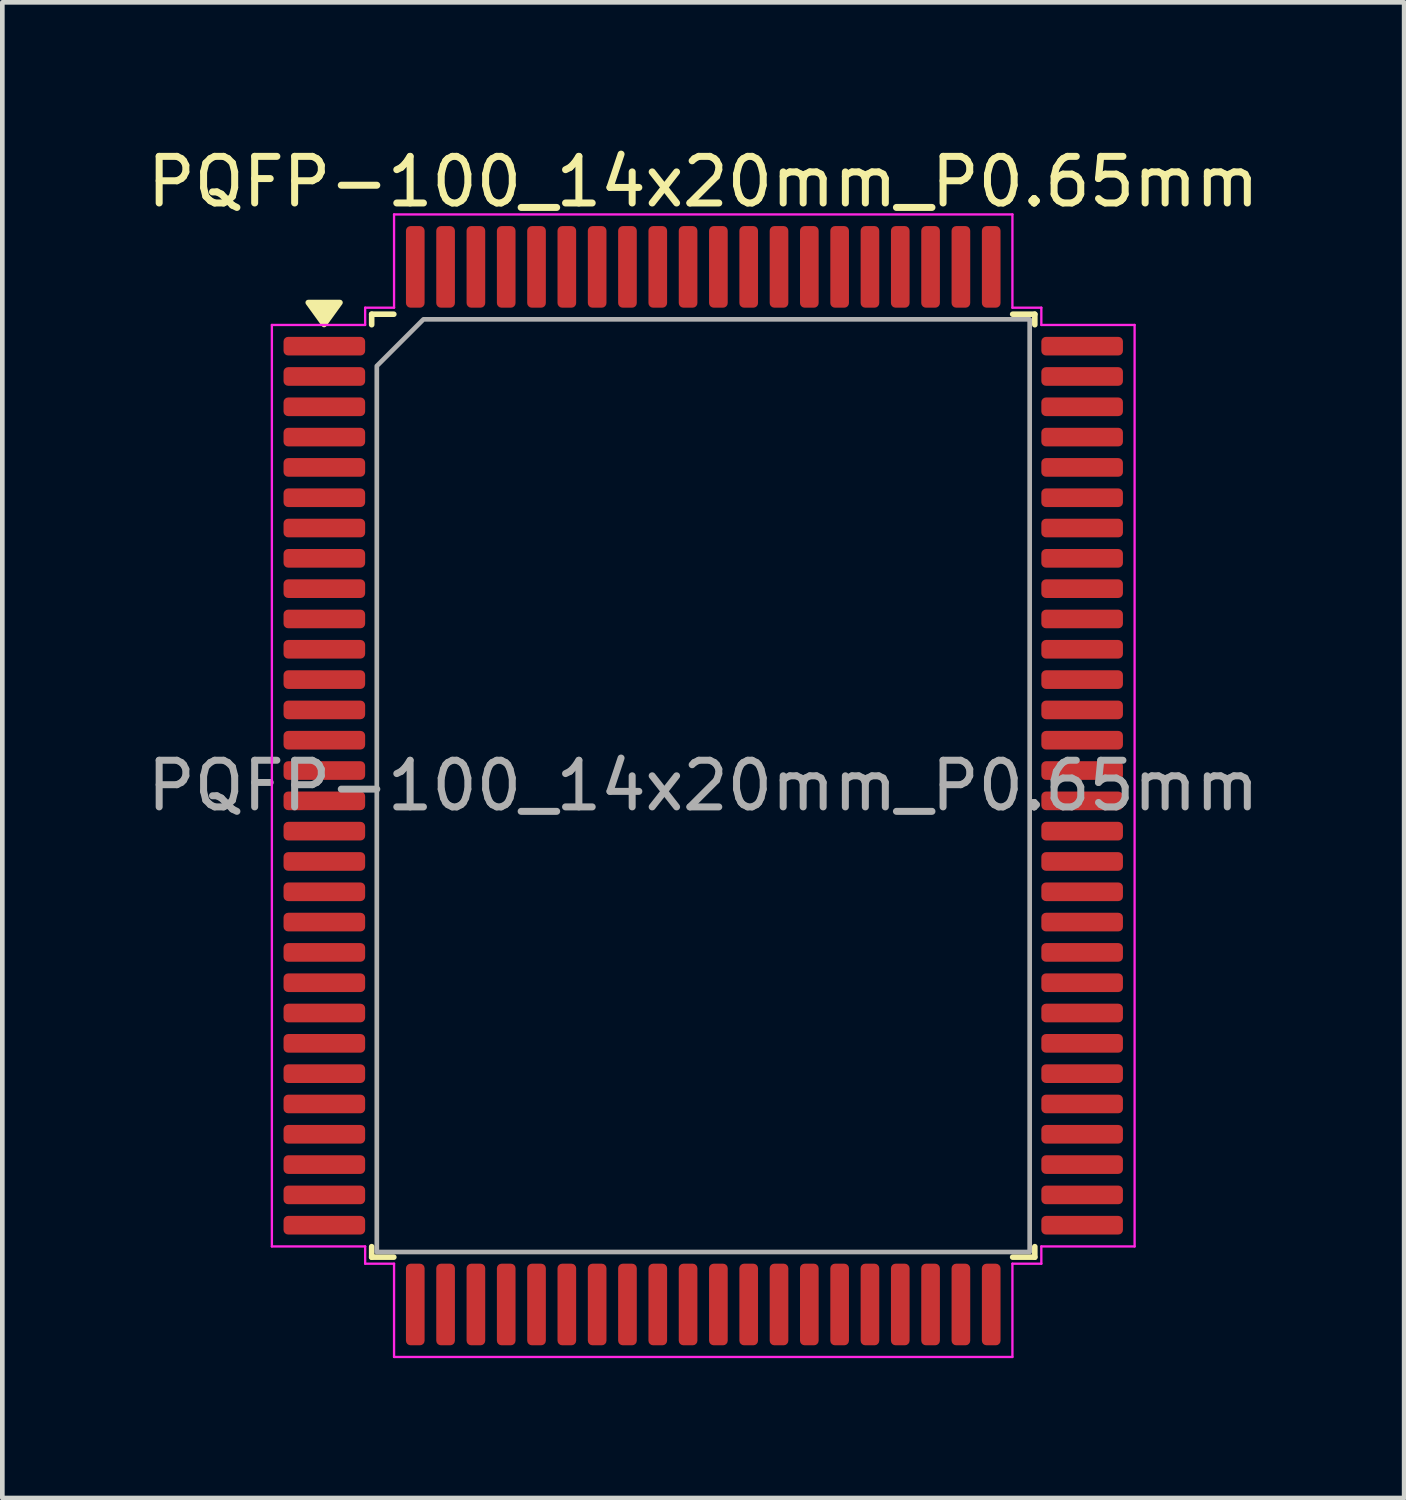
<source format=kicad_pcb>
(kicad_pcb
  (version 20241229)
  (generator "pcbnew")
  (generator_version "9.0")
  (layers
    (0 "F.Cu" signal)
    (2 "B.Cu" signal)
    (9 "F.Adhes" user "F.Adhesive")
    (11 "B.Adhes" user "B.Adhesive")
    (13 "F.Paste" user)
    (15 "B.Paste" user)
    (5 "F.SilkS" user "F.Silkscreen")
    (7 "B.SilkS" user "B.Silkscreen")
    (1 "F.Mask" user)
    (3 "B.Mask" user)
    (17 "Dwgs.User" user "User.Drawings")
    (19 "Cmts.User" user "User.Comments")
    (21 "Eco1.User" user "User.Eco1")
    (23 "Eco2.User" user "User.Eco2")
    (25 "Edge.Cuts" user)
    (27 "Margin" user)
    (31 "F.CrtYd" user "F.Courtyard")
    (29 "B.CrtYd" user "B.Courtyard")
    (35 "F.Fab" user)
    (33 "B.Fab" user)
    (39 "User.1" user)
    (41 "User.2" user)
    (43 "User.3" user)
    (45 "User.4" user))
  (footprint "PQFP-100_14x20mm_P0.65mm"
    (layer "F.Cu")
    (at 12.03 13.798)
    (property "Reference" "PQFP-100_14x20mm_P0.65mm" (at 0 -12.95 0) (layer "F.SilkS") (effects (font (size 1 1) (thickness 0.15))))
    (attr smd)
    (fp_line (start -7.11 -10.11) (end -6.635 -10.11) (stroke (width 0.12) (type solid)) (layer "F.SilkS"))
    (fp_line (start -7.11 -9.885) (end -7.11 -10.11) (stroke (width 0.12) (type solid)) (layer "F.SilkS"))
    (fp_line (start -7.11 10.11) (end -7.11 9.885) (stroke (width 0.12) (type solid)) (layer "F.SilkS"))
    (fp_line (start -6.635 10.11) (end -7.11 10.11) (stroke (width 0.12) (type solid)) (layer "F.SilkS"))
    (fp_line (start 6.635 -10.11) (end 7.11 -10.11) (stroke (width 0.12) (type solid)) (layer "F.SilkS"))
    (fp_line (start 7.11 -10.11) (end 7.11 -9.885) (stroke (width 0.12) (type solid)) (layer "F.SilkS"))
    (fp_line (start 7.11 9.885) (end 7.11 10.11) (stroke (width 0.12) (type solid)) (layer "F.SilkS"))
    (fp_line (start 7.11 10.11) (end 6.635 10.11) (stroke (width 0.12) (type solid)) (layer "F.SilkS"))
    (fp_poly (pts (xy -8.13 -9.89) (xy -8.47 -10.36) (xy -7.79 -10.36)) (stroke (width 0.12) (type solid)) (fill yes) (layer "F.SilkS"))
    (fp_line (start -9.25 -9.88) (end -7.25 -9.88) (stroke (width 0.05) (type solid)) (layer "F.CrtYd"))
    (fp_line (start -9.25 9.88) (end -9.25 -9.88) (stroke (width 0.05) (type solid)) (layer "F.CrtYd"))
    (fp_line (start -7.25 -10.25) (end -6.63 -10.25) (stroke (width 0.05) (type solid)) (layer "F.CrtYd"))
    (fp_line (start -7.25 -9.88) (end -7.25 -10.25) (stroke (width 0.05) (type solid)) (layer "F.CrtYd"))
    (fp_line (start -7.25 9.88) (end -9.25 9.88) (stroke (width 0.05) (type solid)) (layer "F.CrtYd"))
    (fp_line (start -7.25 10.25) (end -7.25 9.88) (stroke (width 0.05) (type solid)) (layer "F.CrtYd"))
    (fp_line (start -6.63 -12.25) (end 6.63 -12.25) (stroke (width 0.05) (type solid)) (layer "F.CrtYd"))
    (fp_line (start -6.63 -10.25) (end -6.63 -12.25) (stroke (width 0.05) (type solid)) (layer "F.CrtYd"))
    (fp_line (start -6.63 10.25) (end -7.25 10.25) (stroke (width 0.05) (type solid)) (layer "F.CrtYd"))
    (fp_line (start -6.63 12.25) (end -6.63 10.25) (stroke (width 0.05) (type solid)) (layer "F.CrtYd"))
    (fp_line (start 6.63 -12.25) (end 6.63 -10.25) (stroke (width 0.05) (type solid)) (layer "F.CrtYd"))
    (fp_line (start 6.63 -10.25) (end 7.25 -10.25) (stroke (width 0.05) (type solid)) (layer "F.CrtYd"))
    (fp_line (start 6.63 10.25) (end 6.63 12.25) (stroke (width 0.05) (type solid)) (layer "F.CrtYd"))
    (fp_line (start 6.63 12.25) (end -6.63 12.25) (stroke (width 0.05) (type solid)) (layer "F.CrtYd"))
    (fp_line (start 7.25 -10.25) (end 7.25 -9.88) (stroke (width 0.05) (type solid)) (layer "F.CrtYd"))
    (fp_line (start 7.25 -9.88) (end 9.25 -9.88) (stroke (width 0.05) (type solid)) (layer "F.CrtYd"))
    (fp_line (start 7.25 9.88) (end 7.25 10.25) (stroke (width 0.05) (type solid)) (layer "F.CrtYd"))
    (fp_line (start 7.25 10.25) (end 6.63 10.25) (stroke (width 0.05) (type solid)) (layer "F.CrtYd"))
    (fp_line (start 9.25 -9.88) (end 9.25 9.88) (stroke (width 0.05) (type solid)) (layer "F.CrtYd"))
    (fp_line (start 9.25 9.88) (end 7.25 9.88) (stroke (width 0.05) (type solid)) (layer "F.CrtYd"))
    (fp_poly (pts (xy -7 -9) (xy -7 10) (xy 7 10) (xy 7 -10) (xy -6 -10)) (stroke (width 0.1) (type solid)) (fill no) (layer "F.Fab"))
    (fp_text user "${REFERENCE}" (at 0 0 0) (layer "F.Fab") (effects (font (size 1 1) (thickness 0.15))))
    (pad "1" smd roundrect (at -8.125 -9.425) (size 1.75 0.4) (layers "F.Cu" "F.Mask" "F.Paste") (roundrect_rratio 0.25))
    (pad "2" smd roundrect (at -8.125 -8.775) (size 1.75 0.4) (layers "F.Cu" "F.Mask" "F.Paste") (roundrect_rratio 0.25))
    (pad "3" smd roundrect (at -8.125 -8.125) (size 1.75 0.4) (layers "F.Cu" "F.Mask" "F.Paste") (roundrect_rratio 0.25))
    (pad "4" smd roundrect (at -8.125 -7.475) (size 1.75 0.4) (layers "F.Cu" "F.Mask" "F.Paste") (roundrect_rratio 0.25))
    (pad "5" smd roundrect (at -8.125 -6.825) (size 1.75 0.4) (layers "F.Cu" "F.Mask" "F.Paste") (roundrect_rratio 0.25))
    (pad "6" smd roundrect (at -8.125 -6.175) (size 1.75 0.4) (layers "F.Cu" "F.Mask" "F.Paste") (roundrect_rratio 0.25))
    (pad "7" smd roundrect (at -8.125 -5.525) (size 1.75 0.4) (layers "F.Cu" "F.Mask" "F.Paste") (roundrect_rratio 0.25))
    (pad "8" smd roundrect (at -8.125 -4.875) (size 1.75 0.4) (layers "F.Cu" "F.Mask" "F.Paste") (roundrect_rratio 0.25))
    (pad "9" smd roundrect (at -8.125 -4.225) (size 1.75 0.4) (layers "F.Cu" "F.Mask" "F.Paste") (roundrect_rratio 0.25))
    (pad "10" smd roundrect (at -8.125 -3.575) (size 1.75 0.4) (layers "F.Cu" "F.Mask" "F.Paste") (roundrect_rratio 0.25))
    (pad "11" smd roundrect (at -8.125 -2.925) (size 1.75 0.4) (layers "F.Cu" "F.Mask" "F.Paste") (roundrect_rratio 0.25))
    (pad "12" smd roundrect (at -8.125 -2.275) (size 1.75 0.4) (layers "F.Cu" "F.Mask" "F.Paste") (roundrect_rratio 0.25))
    (pad "13" smd roundrect (at -8.125 -1.625) (size 1.75 0.4) (layers "F.Cu" "F.Mask" "F.Paste") (roundrect_rratio 0.25))
    (pad "14" smd roundrect (at -8.125 -0.975) (size 1.75 0.4) (layers "F.Cu" "F.Mask" "F.Paste") (roundrect_rratio 0.25))
    (pad "15" smd roundrect (at -8.125 -0.325) (size 1.75 0.4) (layers "F.Cu" "F.Mask" "F.Paste") (roundrect_rratio 0.25))
    (pad "16" smd roundrect (at -8.125 0.325) (size 1.75 0.4) (layers "F.Cu" "F.Mask" "F.Paste") (roundrect_rratio 0.25))
    (pad "17" smd roundrect (at -8.125 0.975) (size 1.75 0.4) (layers "F.Cu" "F.Mask" "F.Paste") (roundrect_rratio 0.25))
    (pad "18" smd roundrect (at -8.125 1.625) (size 1.75 0.4) (layers "F.Cu" "F.Mask" "F.Paste") (roundrect_rratio 0.25))
    (pad "19" smd roundrect (at -8.125 2.275) (size 1.75 0.4) (layers "F.Cu" "F.Mask" "F.Paste") (roundrect_rratio 0.25))
    (pad "20" smd roundrect (at -8.125 2.925) (size 1.75 0.4) (layers "F.Cu" "F.Mask" "F.Paste") (roundrect_rratio 0.25))
    (pad "21" smd roundrect (at -8.125 3.575) (size 1.75 0.4) (layers "F.Cu" "F.Mask" "F.Paste") (roundrect_rratio 0.25))
    (pad "22" smd roundrect (at -8.125 4.225) (size 1.75 0.4) (layers "F.Cu" "F.Mask" "F.Paste") (roundrect_rratio 0.25))
    (pad "23" smd roundrect (at -8.125 4.875) (size 1.75 0.4) (layers "F.Cu" "F.Mask" "F.Paste") (roundrect_rratio 0.25))
    (pad "24" smd roundrect (at -8.125 5.525) (size 1.75 0.4) (layers "F.Cu" "F.Mask" "F.Paste") (roundrect_rratio 0.25))
    (pad "25" smd roundrect (at -8.125 6.175) (size 1.75 0.4) (layers "F.Cu" "F.Mask" "F.Paste") (roundrect_rratio 0.25))
    (pad "26" smd roundrect (at -8.125 6.825) (size 1.75 0.4) (layers "F.Cu" "F.Mask" "F.Paste") (roundrect_rratio 0.25))
    (pad "27" smd roundrect (at -8.125 7.475) (size 1.75 0.4) (layers "F.Cu" "F.Mask" "F.Paste") (roundrect_rratio 0.25))
    (pad "28" smd roundrect (at -8.125 8.125) (size 1.75 0.4) (layers "F.Cu" "F.Mask" "F.Paste") (roundrect_rratio 0.25))
    (pad "29" smd roundrect (at -8.125 8.775) (size 1.75 0.4) (layers "F.Cu" "F.Mask" "F.Paste") (roundrect_rratio 0.25))
    (pad "30" smd roundrect (at -8.125 9.425) (size 1.75 0.4) (layers "F.Cu" "F.Mask" "F.Paste") (roundrect_rratio 0.25))
    (pad "31" smd roundrect (at -6.175 11.125) (size 0.4 1.75) (layers "F.Cu" "F.Mask" "F.Paste") (roundrect_rratio 0.25))
    (pad "32" smd roundrect (at -5.525 11.125) (size 0.4 1.75) (layers "F.Cu" "F.Mask" "F.Paste") (roundrect_rratio 0.25))
    (pad "33" smd roundrect (at -4.875 11.125) (size 0.4 1.75) (layers "F.Cu" "F.Mask" "F.Paste") (roundrect_rratio 0.25))
    (pad "34" smd roundrect (at -4.225 11.125) (size 0.4 1.75) (layers "F.Cu" "F.Mask" "F.Paste") (roundrect_rratio 0.25))
    (pad "35" smd roundrect (at -3.575 11.125) (size 0.4 1.75) (layers "F.Cu" "F.Mask" "F.Paste") (roundrect_rratio 0.25))
    (pad "36" smd roundrect (at -2.925 11.125) (size 0.4 1.75) (layers "F.Cu" "F.Mask" "F.Paste") (roundrect_rratio 0.25))
    (pad "37" smd roundrect (at -2.275 11.125) (size 0.4 1.75) (layers "F.Cu" "F.Mask" "F.Paste") (roundrect_rratio 0.25))
    (pad "38" smd roundrect (at -1.625 11.125) (size 0.4 1.75) (layers "F.Cu" "F.Mask" "F.Paste") (roundrect_rratio 0.25))
    (pad "39" smd roundrect (at -0.975 11.125) (size 0.4 1.75) (layers "F.Cu" "F.Mask" "F.Paste") (roundrect_rratio 0.25))
    (pad "40" smd roundrect (at -0.325 11.125) (size 0.4 1.75) (layers "F.Cu" "F.Mask" "F.Paste") (roundrect_rratio 0.25))
    (pad "41" smd roundrect (at 0.325 11.125) (size 0.4 1.75) (layers "F.Cu" "F.Mask" "F.Paste") (roundrect_rratio 0.25))
    (pad "42" smd roundrect (at 0.975 11.125) (size 0.4 1.75) (layers "F.Cu" "F.Mask" "F.Paste") (roundrect_rratio 0.25))
    (pad "43" smd roundrect (at 1.625 11.125) (size 0.4 1.75) (layers "F.Cu" "F.Mask" "F.Paste") (roundrect_rratio 0.25))
    (pad "44" smd roundrect (at 2.275 11.125) (size 0.4 1.75) (layers "F.Cu" "F.Mask" "F.Paste") (roundrect_rratio 0.25))
    (pad "45" smd roundrect (at 2.925 11.125) (size 0.4 1.75) (layers "F.Cu" "F.Mask" "F.Paste") (roundrect_rratio 0.25))
    (pad "46" smd roundrect (at 3.575 11.125) (size 0.4 1.75) (layers "F.Cu" "F.Mask" "F.Paste") (roundrect_rratio 0.25))
    (pad "47" smd roundrect (at 4.225 11.125) (size 0.4 1.75) (layers "F.Cu" "F.Mask" "F.Paste") (roundrect_rratio 0.25))
    (pad "48" smd roundrect (at 4.875 11.125) (size 0.4 1.75) (layers "F.Cu" "F.Mask" "F.Paste") (roundrect_rratio 0.25))
    (pad "49" smd roundrect (at 5.525 11.125) (size 0.4 1.75) (layers "F.Cu" "F.Mask" "F.Paste") (roundrect_rratio 0.25))
    (pad "50" smd roundrect (at 6.175 11.125) (size 0.4 1.75) (layers "F.Cu" "F.Mask" "F.Paste") (roundrect_rratio 0.25))
    (pad "51" smd roundrect (at 8.125 9.425) (size 1.75 0.4) (layers "F.Cu" "F.Mask" "F.Paste") (roundrect_rratio 0.25))
    (pad "52" smd roundrect (at 8.125 8.775) (size 1.75 0.4) (layers "F.Cu" "F.Mask" "F.Paste") (roundrect_rratio 0.25))
    (pad "53" smd roundrect (at 8.125 8.125) (size 1.75 0.4) (layers "F.Cu" "F.Mask" "F.Paste") (roundrect_rratio 0.25))
    (pad "54" smd roundrect (at 8.125 7.475) (size 1.75 0.4) (layers "F.Cu" "F.Mask" "F.Paste") (roundrect_rratio 0.25))
    (pad "55" smd roundrect (at 8.125 6.825) (size 1.75 0.4) (layers "F.Cu" "F.Mask" "F.Paste") (roundrect_rratio 0.25))
    (pad "56" smd roundrect (at 8.125 6.175) (size 1.75 0.4) (layers "F.Cu" "F.Mask" "F.Paste") (roundrect_rratio 0.25))
    (pad "57" smd roundrect (at 8.125 5.525) (size 1.75 0.4) (layers "F.Cu" "F.Mask" "F.Paste") (roundrect_rratio 0.25))
    (pad "58" smd roundrect (at 8.125 4.875) (size 1.75 0.4) (layers "F.Cu" "F.Mask" "F.Paste") (roundrect_rratio 0.25))
    (pad "59" smd roundrect (at 8.125 4.225) (size 1.75 0.4) (layers "F.Cu" "F.Mask" "F.Paste") (roundrect_rratio 0.25))
    (pad "60" smd roundrect (at 8.125 3.575) (size 1.75 0.4) (layers "F.Cu" "F.Mask" "F.Paste") (roundrect_rratio 0.25))
    (pad "61" smd roundrect (at 8.125 2.925) (size 1.75 0.4) (layers "F.Cu" "F.Mask" "F.Paste") (roundrect_rratio 0.25))
    (pad "62" smd roundrect (at 8.125 2.275) (size 1.75 0.4) (layers "F.Cu" "F.Mask" "F.Paste") (roundrect_rratio 0.25))
    (pad "63" smd roundrect (at 8.125 1.625) (size 1.75 0.4) (layers "F.Cu" "F.Mask" "F.Paste") (roundrect_rratio 0.25))
    (pad "64" smd roundrect (at 8.125 0.975) (size 1.75 0.4) (layers "F.Cu" "F.Mask" "F.Paste") (roundrect_rratio 0.25))
    (pad "65" smd roundrect (at 8.125 0.325) (size 1.75 0.4) (layers "F.Cu" "F.Mask" "F.Paste") (roundrect_rratio 0.25))
    (pad "66" smd roundrect (at 8.125 -0.325) (size 1.75 0.4) (layers "F.Cu" "F.Mask" "F.Paste") (roundrect_rratio 0.25))
    (pad "67" smd roundrect (at 8.125 -0.975) (size 1.75 0.4) (layers "F.Cu" "F.Mask" "F.Paste") (roundrect_rratio 0.25))
    (pad "68" smd roundrect (at 8.125 -1.625) (size 1.75 0.4) (layers "F.Cu" "F.Mask" "F.Paste") (roundrect_rratio 0.25))
    (pad "69" smd roundrect (at 8.125 -2.275) (size 1.75 0.4) (layers "F.Cu" "F.Mask" "F.Paste") (roundrect_rratio 0.25))
    (pad "70" smd roundrect (at 8.125 -2.925) (size 1.75 0.4) (layers "F.Cu" "F.Mask" "F.Paste") (roundrect_rratio 0.25))
    (pad "71" smd roundrect (at 8.125 -3.575) (size 1.75 0.4) (layers "F.Cu" "F.Mask" "F.Paste") (roundrect_rratio 0.25))
    (pad "72" smd roundrect (at 8.125 -4.225) (size 1.75 0.4) (layers "F.Cu" "F.Mask" "F.Paste") (roundrect_rratio 0.25))
    (pad "73" smd roundrect (at 8.125 -4.875) (size 1.75 0.4) (layers "F.Cu" "F.Mask" "F.Paste") (roundrect_rratio 0.25))
    (pad "74" smd roundrect (at 8.125 -5.525) (size 1.75 0.4) (layers "F.Cu" "F.Mask" "F.Paste") (roundrect_rratio 0.25))
    (pad "75" smd roundrect (at 8.125 -6.175) (size 1.75 0.4) (layers "F.Cu" "F.Mask" "F.Paste") (roundrect_rratio 0.25))
    (pad "76" smd roundrect (at 8.125 -6.825) (size 1.75 0.4) (layers "F.Cu" "F.Mask" "F.Paste") (roundrect_rratio 0.25))
    (pad "77" smd roundrect (at 8.125 -7.475) (size 1.75 0.4) (layers "F.Cu" "F.Mask" "F.Paste") (roundrect_rratio 0.25))
    (pad "78" smd roundrect (at 8.125 -8.125) (size 1.75 0.4) (layers "F.Cu" "F.Mask" "F.Paste") (roundrect_rratio 0.25))
    (pad "79" smd roundrect (at 8.125 -8.775) (size 1.75 0.4) (layers "F.Cu" "F.Mask" "F.Paste") (roundrect_rratio 0.25))
    (pad "80" smd roundrect (at 8.125 -9.425) (size 1.75 0.4) (layers "F.Cu" "F.Mask" "F.Paste") (roundrect_rratio 0.25))
    (pad "81" smd roundrect (at 6.175 -11.125) (size 0.4 1.75) (layers "F.Cu" "F.Mask" "F.Paste") (roundrect_rratio 0.25))
    (pad "82" smd roundrect (at 5.525 -11.125) (size 0.4 1.75) (layers "F.Cu" "F.Mask" "F.Paste") (roundrect_rratio 0.25))
    (pad "83" smd roundrect (at 4.875 -11.125) (size 0.4 1.75) (layers "F.Cu" "F.Mask" "F.Paste") (roundrect_rratio 0.25))
    (pad "84" smd roundrect (at 4.225 -11.125) (size 0.4 1.75) (layers "F.Cu" "F.Mask" "F.Paste") (roundrect_rratio 0.25))
    (pad "85" smd roundrect (at 3.575 -11.125) (size 0.4 1.75) (layers "F.Cu" "F.Mask" "F.Paste") (roundrect_rratio 0.25))
    (pad "86" smd roundrect (at 2.925 -11.125) (size 0.4 1.75) (layers "F.Cu" "F.Mask" "F.Paste") (roundrect_rratio 0.25))
    (pad "87" smd roundrect (at 2.275 -11.125) (size 0.4 1.75) (layers "F.Cu" "F.Mask" "F.Paste") (roundrect_rratio 0.25))
    (pad "88" smd roundrect (at 1.625 -11.125) (size 0.4 1.75) (layers "F.Cu" "F.Mask" "F.Paste") (roundrect_rratio 0.25))
    (pad "89" smd roundrect (at 0.975 -11.125) (size 0.4 1.75) (layers "F.Cu" "F.Mask" "F.Paste") (roundrect_rratio 0.25))
    (pad "90" smd roundrect (at 0.325 -11.125) (size 0.4 1.75) (layers "F.Cu" "F.Mask" "F.Paste") (roundrect_rratio 0.25))
    (pad "91" smd roundrect (at -0.325 -11.125) (size 0.4 1.75) (layers "F.Cu" "F.Mask" "F.Paste") (roundrect_rratio 0.25))
    (pad "92" smd roundrect (at -0.975 -11.125) (size 0.4 1.75) (layers "F.Cu" "F.Mask" "F.Paste") (roundrect_rratio 0.25))
    (pad "93" smd roundrect (at -1.625 -11.125) (size 0.4 1.75) (layers "F.Cu" "F.Mask" "F.Paste") (roundrect_rratio 0.25))
    (pad "94" smd roundrect (at -2.275 -11.125) (size 0.4 1.75) (layers "F.Cu" "F.Mask" "F.Paste") (roundrect_rratio 0.25))
    (pad "95" smd roundrect (at -2.925 -11.125) (size 0.4 1.75) (layers "F.Cu" "F.Mask" "F.Paste") (roundrect_rratio 0.25))
    (pad "96" smd roundrect (at -3.575 -11.125) (size 0.4 1.75) (layers "F.Cu" "F.Mask" "F.Paste") (roundrect_rratio 0.25))
    (pad "97" smd roundrect (at -4.225 -11.125) (size 0.4 1.75) (layers "F.Cu" "F.Mask" "F.Paste") (roundrect_rratio 0.25))
    (pad "98" smd roundrect (at -4.875 -11.125) (size 0.4 1.75) (layers "F.Cu" "F.Mask" "F.Paste") (roundrect_rratio 0.25))
    (pad "99" smd roundrect (at -5.525 -11.125) (size 0.4 1.75) (layers "F.Cu" "F.Mask" "F.Paste") (roundrect_rratio 0.25))
    (pad "100" smd roundrect (at -6.175 -11.125) (size 0.4 1.75) (layers "F.Cu" "F.Mask" "F.Paste") (roundrect_rratio 0.25)))
  (gr_rect
    (start -3 -3)
    (end 27.06 29.073)
    (stroke (width 0.1) (type default))
    (fill no)
    (layer "Edge.Cuts")))
</source>
